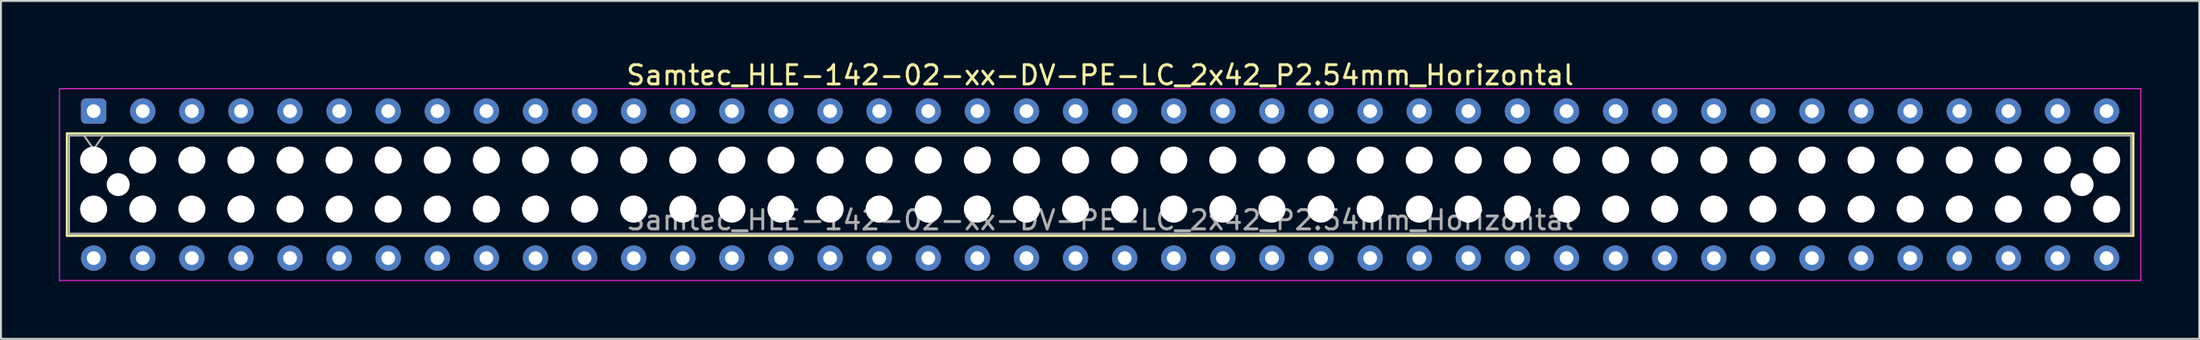
<source format=kicad_pcb>
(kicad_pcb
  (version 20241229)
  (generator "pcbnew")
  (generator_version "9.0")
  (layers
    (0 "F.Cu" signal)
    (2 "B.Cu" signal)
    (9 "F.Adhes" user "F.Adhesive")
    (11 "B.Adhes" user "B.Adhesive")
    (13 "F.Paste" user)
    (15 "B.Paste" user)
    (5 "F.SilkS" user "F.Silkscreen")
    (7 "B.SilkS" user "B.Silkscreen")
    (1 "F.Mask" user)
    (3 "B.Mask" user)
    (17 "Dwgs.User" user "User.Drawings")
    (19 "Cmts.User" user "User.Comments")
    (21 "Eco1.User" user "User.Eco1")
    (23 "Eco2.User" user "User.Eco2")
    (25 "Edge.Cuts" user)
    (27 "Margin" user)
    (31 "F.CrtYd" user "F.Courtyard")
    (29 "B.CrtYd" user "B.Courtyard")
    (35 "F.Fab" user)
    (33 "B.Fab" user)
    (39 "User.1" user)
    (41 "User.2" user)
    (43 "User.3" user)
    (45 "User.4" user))
  (footprint "Samtec_HLE-142-02-xx-DV-PE-LC_2x42_P2.54mm_Horizontal"
    (layer "F.Cu")
    (at 1.795 2.708)
    (property "Reference" "Samtec_HLE-142-02-xx-DV-PE-LC_2x42_P2.54mm_Horizontal" (at 52.07 -1.86 0) (layer "F.SilkS") (effects (font (size 1 1) (thickness 0.15))))
    (attr through_hole)
    (fp_line (start -1.38 1.16) (end 105.52 1.16) (stroke (width 0.12) (type solid)) (layer "F.SilkS"))
    (fp_line (start -1.38 6.46) (end -1.38 1.16) (stroke (width 0.12) (type solid)) (layer "F.SilkS"))
    (fp_line (start 105.52 1.16) (end 105.52 6.46) (stroke (width 0.12) (type solid)) (layer "F.SilkS"))
    (fp_line (start 105.52 6.46) (end -1.38 6.46) (stroke (width 0.12) (type solid)) (layer "F.SilkS"))
    (fp_line (start -1.77 -1.16) (end 105.91 -1.16) (stroke (width 0.05) (type solid)) (layer "F.CrtYd"))
    (fp_line (start -1.77 8.78) (end -1.77 -1.16) (stroke (width 0.05) (type solid)) (layer "F.CrtYd"))
    (fp_line (start 105.91 -1.16) (end 105.91 8.78) (stroke (width 0.05) (type solid)) (layer "F.CrtYd"))
    (fp_line (start 105.91 8.78) (end -1.77 8.78) (stroke (width 0.05) (type solid)) (layer "F.CrtYd"))
    (fp_line (start -1.27 1.27) (end 105.41 1.27) (stroke (width 0.1) (type solid)) (layer "F.Fab"))
    (fp_line (start -1.27 6.35) (end -1.27 1.27) (stroke (width 0.1) (type solid)) (layer "F.Fab"))
    (fp_line (start -0.5 1.27) (end 0 1.977) (stroke (width 0.1) (type solid)) (layer "F.Fab"))
    (fp_line (start 0 1.977) (end 0.5 1.27) (stroke (width 0.1) (type solid)) (layer "F.Fab"))
    (fp_line (start 105.41 1.27) (end 105.41 6.35) (stroke (width 0.1) (type solid)) (layer "F.Fab"))
    (fp_line (start 105.41 6.35) (end -1.27 6.35) (stroke (width 0.1) (type solid)) (layer "F.Fab"))
    (fp_text user "${REFERENCE}" (at 52.07 5.65 0) (layer "F.Fab") (effects (font (size 1 1) (thickness 0.15))))
    (pad "" np_thru_hole circle (at 0 2.54) (size 1.4 1.4) (drill 1.4) (layers "*.Cu" "*.Mask"))
    (pad "" np_thru_hole circle (at 0 5.08) (size 1.4 1.4) (drill 1.4) (layers "*.Cu" "*.Mask"))
    (pad "" np_thru_hole circle (at 1.27 3.81) (size 1.19 1.19) (drill 1.19) (layers "*.Cu" "*.Mask"))
    (pad "" np_thru_hole circle (at 2.54 2.54) (size 1.4 1.4) (drill 1.4) (layers "*.Cu" "*.Mask"))
    (pad "" np_thru_hole circle (at 2.54 5.08) (size 1.4 1.4) (drill 1.4) (layers "*.Cu" "*.Mask"))
    (pad "" np_thru_hole circle (at 5.08 2.54) (size 1.4 1.4) (drill 1.4) (layers "*.Cu" "*.Mask"))
    (pad "" np_thru_hole circle (at 5.08 5.08) (size 1.4 1.4) (drill 1.4) (layers "*.Cu" "*.Mask"))
    (pad "" np_thru_hole circle (at 7.62 2.54) (size 1.4 1.4) (drill 1.4) (layers "*.Cu" "*.Mask"))
    (pad "" np_thru_hole circle (at 7.62 5.08) (size 1.4 1.4) (drill 1.4) (layers "*.Cu" "*.Mask"))
    (pad "" np_thru_hole circle (at 10.16 2.54) (size 1.4 1.4) (drill 1.4) (layers "*.Cu" "*.Mask"))
    (pad "" np_thru_hole circle (at 10.16 5.08) (size 1.4 1.4) (drill 1.4) (layers "*.Cu" "*.Mask"))
    (pad "" np_thru_hole circle (at 12.7 2.54) (size 1.4 1.4) (drill 1.4) (layers "*.Cu" "*.Mask"))
    (pad "" np_thru_hole circle (at 12.7 5.08) (size 1.4 1.4) (drill 1.4) (layers "*.Cu" "*.Mask"))
    (pad "" np_thru_hole circle (at 15.24 2.54) (size 1.4 1.4) (drill 1.4) (layers "*.Cu" "*.Mask"))
    (pad "" np_thru_hole circle (at 15.24 5.08) (size 1.4 1.4) (drill 1.4) (layers "*.Cu" "*.Mask"))
    (pad "" np_thru_hole circle (at 17.78 2.54) (size 1.4 1.4) (drill 1.4) (layers "*.Cu" "*.Mask"))
    (pad "" np_thru_hole circle (at 17.78 5.08) (size 1.4 1.4) (drill 1.4) (layers "*.Cu" "*.Mask"))
    (pad "" np_thru_hole circle (at 20.32 2.54) (size 1.4 1.4) (drill 1.4) (layers "*.Cu" "*.Mask"))
    (pad "" np_thru_hole circle (at 20.32 5.08) (size 1.4 1.4) (drill 1.4) (layers "*.Cu" "*.Mask"))
    (pad "" np_thru_hole circle (at 22.86 2.54) (size 1.4 1.4) (drill 1.4) (layers "*.Cu" "*.Mask"))
    (pad "" np_thru_hole circle (at 22.86 5.08) (size 1.4 1.4) (drill 1.4) (layers "*.Cu" "*.Mask"))
    (pad "" np_thru_hole circle (at 25.4 2.54) (size 1.4 1.4) (drill 1.4) (layers "*.Cu" "*.Mask"))
    (pad "" np_thru_hole circle (at 25.4 5.08) (size 1.4 1.4) (drill 1.4) (layers "*.Cu" "*.Mask"))
    (pad "" np_thru_hole circle (at 27.94 2.54) (size 1.4 1.4) (drill 1.4) (layers "*.Cu" "*.Mask"))
    (pad "" np_thru_hole circle (at 27.94 5.08) (size 1.4 1.4) (drill 1.4) (layers "*.Cu" "*.Mask"))
    (pad "" np_thru_hole circle (at 30.48 2.54) (size 1.4 1.4) (drill 1.4) (layers "*.Cu" "*.Mask"))
    (pad "" np_thru_hole circle (at 30.48 5.08) (size 1.4 1.4) (drill 1.4) (layers "*.Cu" "*.Mask"))
    (pad "" np_thru_hole circle (at 33.02 2.54) (size 1.4 1.4) (drill 1.4) (layers "*.Cu" "*.Mask"))
    (pad "" np_thru_hole circle (at 33.02 5.08) (size 1.4 1.4) (drill 1.4) (layers "*.Cu" "*.Mask"))
    (pad "" np_thru_hole circle (at 35.56 2.54) (size 1.4 1.4) (drill 1.4) (layers "*.Cu" "*.Mask"))
    (pad "" np_thru_hole circle (at 35.56 5.08) (size 1.4 1.4) (drill 1.4) (layers "*.Cu" "*.Mask"))
    (pad "" np_thru_hole circle (at 38.1 2.54) (size 1.4 1.4) (drill 1.4) (layers "*.Cu" "*.Mask"))
    (pad "" np_thru_hole circle (at 38.1 5.08) (size 1.4 1.4) (drill 1.4) (layers "*.Cu" "*.Mask"))
    (pad "" np_thru_hole circle (at 40.64 2.54) (size 1.4 1.4) (drill 1.4) (layers "*.Cu" "*.Mask"))
    (pad "" np_thru_hole circle (at 40.64 5.08) (size 1.4 1.4) (drill 1.4) (layers "*.Cu" "*.Mask"))
    (pad "" np_thru_hole circle (at 43.18 2.54) (size 1.4 1.4) (drill 1.4) (layers "*.Cu" "*.Mask"))
    (pad "" np_thru_hole circle (at 43.18 5.08) (size 1.4 1.4) (drill 1.4) (layers "*.Cu" "*.Mask"))
    (pad "" np_thru_hole circle (at 45.72 2.54) (size 1.4 1.4) (drill 1.4) (layers "*.Cu" "*.Mask"))
    (pad "" np_thru_hole circle (at 45.72 5.08) (size 1.4 1.4) (drill 1.4) (layers "*.Cu" "*.Mask"))
    (pad "" np_thru_hole circle (at 48.26 2.54) (size 1.4 1.4) (drill 1.4) (layers "*.Cu" "*.Mask"))
    (pad "" np_thru_hole circle (at 48.26 5.08) (size 1.4 1.4) (drill 1.4) (layers "*.Cu" "*.Mask"))
    (pad "" np_thru_hole circle (at 50.8 2.54) (size 1.4 1.4) (drill 1.4) (layers "*.Cu" "*.Mask"))
    (pad "" np_thru_hole circle (at 50.8 5.08) (size 1.4 1.4) (drill 1.4) (layers "*.Cu" "*.Mask"))
    (pad "" np_thru_hole circle (at 53.34 2.54) (size 1.4 1.4) (drill 1.4) (layers "*.Cu" "*.Mask"))
    (pad "" np_thru_hole circle (at 53.34 5.08) (size 1.4 1.4) (drill 1.4) (layers "*.Cu" "*.Mask"))
    (pad "" np_thru_hole circle (at 55.88 2.54) (size 1.4 1.4) (drill 1.4) (layers "*.Cu" "*.Mask"))
    (pad "" np_thru_hole circle (at 55.88 5.08) (size 1.4 1.4) (drill 1.4) (layers "*.Cu" "*.Mask"))
    (pad "" np_thru_hole circle (at 58.42 2.54) (size 1.4 1.4) (drill 1.4) (layers "*.Cu" "*.Mask"))
    (pad "" np_thru_hole circle (at 58.42 5.08) (size 1.4 1.4) (drill 1.4) (layers "*.Cu" "*.Mask"))
    (pad "" np_thru_hole circle (at 60.96 2.54) (size 1.4 1.4) (drill 1.4) (layers "*.Cu" "*.Mask"))
    (pad "" np_thru_hole circle (at 60.96 5.08) (size 1.4 1.4) (drill 1.4) (layers "*.Cu" "*.Mask"))
    (pad "" np_thru_hole circle (at 63.5 2.54) (size 1.4 1.4) (drill 1.4) (layers "*.Cu" "*.Mask"))
    (pad "" np_thru_hole circle (at 63.5 5.08) (size 1.4 1.4) (drill 1.4) (layers "*.Cu" "*.Mask"))
    (pad "" np_thru_hole circle (at 66.04 2.54) (size 1.4 1.4) (drill 1.4) (layers "*.Cu" "*.Mask"))
    (pad "" np_thru_hole circle (at 66.04 5.08) (size 1.4 1.4) (drill 1.4) (layers "*.Cu" "*.Mask"))
    (pad "" np_thru_hole circle (at 68.58 2.54) (size 1.4 1.4) (drill 1.4) (layers "*.Cu" "*.Mask"))
    (pad "" np_thru_hole circle (at 68.58 5.08) (size 1.4 1.4) (drill 1.4) (layers "*.Cu" "*.Mask"))
    (pad "" np_thru_hole circle (at 71.12 2.54) (size 1.4 1.4) (drill 1.4) (layers "*.Cu" "*.Mask"))
    (pad "" np_thru_hole circle (at 71.12 5.08) (size 1.4 1.4) (drill 1.4) (layers "*.Cu" "*.Mask"))
    (pad "" np_thru_hole circle (at 73.66 2.54) (size 1.4 1.4) (drill 1.4) (layers "*.Cu" "*.Mask"))
    (pad "" np_thru_hole circle (at 73.66 5.08) (size 1.4 1.4) (drill 1.4) (layers "*.Cu" "*.Mask"))
    (pad "" np_thru_hole circle (at 76.2 2.54) (size 1.4 1.4) (drill 1.4) (layers "*.Cu" "*.Mask"))
    (pad "" np_thru_hole circle (at 76.2 5.08) (size 1.4 1.4) (drill 1.4) (layers "*.Cu" "*.Mask"))
    (pad "" np_thru_hole circle (at 78.74 2.54) (size 1.4 1.4) (drill 1.4) (layers "*.Cu" "*.Mask"))
    (pad "" np_thru_hole circle (at 78.74 5.08) (size 1.4 1.4) (drill 1.4) (layers "*.Cu" "*.Mask"))
    (pad "" np_thru_hole circle (at 81.28 2.54) (size 1.4 1.4) (drill 1.4) (layers "*.Cu" "*.Mask"))
    (pad "" np_thru_hole circle (at 81.28 5.08) (size 1.4 1.4) (drill 1.4) (layers "*.Cu" "*.Mask"))
    (pad "" np_thru_hole circle (at 83.82 2.54) (size 1.4 1.4) (drill 1.4) (layers "*.Cu" "*.Mask"))
    (pad "" np_thru_hole circle (at 83.82 5.08) (size 1.4 1.4) (drill 1.4) (layers "*.Cu" "*.Mask"))
    (pad "" np_thru_hole circle (at 86.36 2.54) (size 1.4 1.4) (drill 1.4) (layers "*.Cu" "*.Mask"))
    (pad "" np_thru_hole circle (at 86.36 5.08) (size 1.4 1.4) (drill 1.4) (layers "*.Cu" "*.Mask"))
    (pad "" np_thru_hole circle (at 88.9 2.54) (size 1.4 1.4) (drill 1.4) (layers "*.Cu" "*.Mask"))
    (pad "" np_thru_hole circle (at 88.9 5.08) (size 1.4 1.4) (drill 1.4) (layers "*.Cu" "*.Mask"))
    (pad "" np_thru_hole circle (at 91.44 2.54) (size 1.4 1.4) (drill 1.4) (layers "*.Cu" "*.Mask"))
    (pad "" np_thru_hole circle (at 91.44 5.08) (size 1.4 1.4) (drill 1.4) (layers "*.Cu" "*.Mask"))
    (pad "" np_thru_hole circle (at 93.98 2.54) (size 1.4 1.4) (drill 1.4) (layers "*.Cu" "*.Mask"))
    (pad "" np_thru_hole circle (at 93.98 5.08) (size 1.4 1.4) (drill 1.4) (layers "*.Cu" "*.Mask"))
    (pad "" np_thru_hole circle (at 96.52 2.54) (size 1.4 1.4) (drill 1.4) (layers "*.Cu" "*.Mask"))
    (pad "" np_thru_hole circle (at 96.52 5.08) (size 1.4 1.4) (drill 1.4) (layers "*.Cu" "*.Mask"))
    (pad "" np_thru_hole circle (at 99.06 2.54) (size 1.4 1.4) (drill 1.4) (layers "*.Cu" "*.Mask"))
    (pad "" np_thru_hole circle (at 99.06 5.08) (size 1.4 1.4) (drill 1.4) (layers "*.Cu" "*.Mask"))
    (pad "" np_thru_hole circle (at 101.6 2.54) (size 1.4 1.4) (drill 1.4) (layers "*.Cu" "*.Mask"))
    (pad "" np_thru_hole circle (at 101.6 5.08) (size 1.4 1.4) (drill 1.4) (layers "*.Cu" "*.Mask"))
    (pad "" np_thru_hole circle (at 102.87 3.81) (size 1.19 1.19) (drill 1.19) (layers "*.Cu" "*.Mask"))
    (pad "" np_thru_hole circle (at 104.14 2.54) (size 1.4 1.4) (drill 1.4) (layers "*.Cu" "*.Mask"))
    (pad "" np_thru_hole circle (at 104.14 5.08) (size 1.4 1.4) (drill 1.4) (layers "*.Cu" "*.Mask"))
    (pad "1" thru_hole roundrect (at 0 0) (size 1.31 1.31) (drill 0.71) (layers "*.Cu" "*.Mask") (roundrect_rratio 0.191))
    (pad "2" thru_hole circle (at 0 7.62) (size 1.31 1.31) (drill 0.71) (layers "*.Cu" "*.Mask"))
    (pad "3" thru_hole circle (at 2.54 0) (size 1.31 1.31) (drill 0.71) (layers "*.Cu" "*.Mask"))
    (pad "4" thru_hole circle (at 2.54 7.62) (size 1.31 1.31) (drill 0.71) (layers "*.Cu" "*.Mask"))
    (pad "5" thru_hole circle (at 5.08 0) (size 1.31 1.31) (drill 0.71) (layers "*.Cu" "*.Mask"))
    (pad "6" thru_hole circle (at 5.08 7.62) (size 1.31 1.31) (drill 0.71) (layers "*.Cu" "*.Mask"))
    (pad "7" thru_hole circle (at 7.62 0) (size 1.31 1.31) (drill 0.71) (layers "*.Cu" "*.Mask"))
    (pad "8" thru_hole circle (at 7.62 7.62) (size 1.31 1.31) (drill 0.71) (layers "*.Cu" "*.Mask"))
    (pad "9" thru_hole circle (at 10.16 0) (size 1.31 1.31) (drill 0.71) (layers "*.Cu" "*.Mask"))
    (pad "10" thru_hole circle (at 10.16 7.62) (size 1.31 1.31) (drill 0.71) (layers "*.Cu" "*.Mask"))
    (pad "11" thru_hole circle (at 12.7 0) (size 1.31 1.31) (drill 0.71) (layers "*.Cu" "*.Mask"))
    (pad "12" thru_hole circle (at 12.7 7.62) (size 1.31 1.31) (drill 0.71) (layers "*.Cu" "*.Mask"))
    (pad "13" thru_hole circle (at 15.24 0) (size 1.31 1.31) (drill 0.71) (layers "*.Cu" "*.Mask"))
    (pad "14" thru_hole circle (at 15.24 7.62) (size 1.31 1.31) (drill 0.71) (layers "*.Cu" "*.Mask"))
    (pad "15" thru_hole circle (at 17.78 0) (size 1.31 1.31) (drill 0.71) (layers "*.Cu" "*.Mask"))
    (pad "16" thru_hole circle (at 17.78 7.62) (size 1.31 1.31) (drill 0.71) (layers "*.Cu" "*.Mask"))
    (pad "17" thru_hole circle (at 20.32 0) (size 1.31 1.31) (drill 0.71) (layers "*.Cu" "*.Mask"))
    (pad "18" thru_hole circle (at 20.32 7.62) (size 1.31 1.31) (drill 0.71) (layers "*.Cu" "*.Mask"))
    (pad "19" thru_hole circle (at 22.86 0) (size 1.31 1.31) (drill 0.71) (layers "*.Cu" "*.Mask"))
    (pad "20" thru_hole circle (at 22.86 7.62) (size 1.31 1.31) (drill 0.71) (layers "*.Cu" "*.Mask"))
    (pad "21" thru_hole circle (at 25.4 0) (size 1.31 1.31) (drill 0.71) (layers "*.Cu" "*.Mask"))
    (pad "22" thru_hole circle (at 25.4 7.62) (size 1.31 1.31) (drill 0.71) (layers "*.Cu" "*.Mask"))
    (pad "23" thru_hole circle (at 27.94 0) (size 1.31 1.31) (drill 0.71) (layers "*.Cu" "*.Mask"))
    (pad "24" thru_hole circle (at 27.94 7.62) (size 1.31 1.31) (drill 0.71) (layers "*.Cu" "*.Mask"))
    (pad "25" thru_hole circle (at 30.48 0) (size 1.31 1.31) (drill 0.71) (layers "*.Cu" "*.Mask"))
    (pad "26" thru_hole circle (at 30.48 7.62) (size 1.31 1.31) (drill 0.71) (layers "*.Cu" "*.Mask"))
    (pad "27" thru_hole circle (at 33.02 0) (size 1.31 1.31) (drill 0.71) (layers "*.Cu" "*.Mask"))
    (pad "28" thru_hole circle (at 33.02 7.62) (size 1.31 1.31) (drill 0.71) (layers "*.Cu" "*.Mask"))
    (pad "29" thru_hole circle (at 35.56 0) (size 1.31 1.31) (drill 0.71) (layers "*.Cu" "*.Mask"))
    (pad "30" thru_hole circle (at 35.56 7.62) (size 1.31 1.31) (drill 0.71) (layers "*.Cu" "*.Mask"))
    (pad "31" thru_hole circle (at 38.1 0) (size 1.31 1.31) (drill 0.71) (layers "*.Cu" "*.Mask"))
    (pad "32" thru_hole circle (at 38.1 7.62) (size 1.31 1.31) (drill 0.71) (layers "*.Cu" "*.Mask"))
    (pad "33" thru_hole circle (at 40.64 0) (size 1.31 1.31) (drill 0.71) (layers "*.Cu" "*.Mask"))
    (pad "34" thru_hole circle (at 40.64 7.62) (size 1.31 1.31) (drill 0.71) (layers "*.Cu" "*.Mask"))
    (pad "35" thru_hole circle (at 43.18 0) (size 1.31 1.31) (drill 0.71) (layers "*.Cu" "*.Mask"))
    (pad "36" thru_hole circle (at 43.18 7.62) (size 1.31 1.31) (drill 0.71) (layers "*.Cu" "*.Mask"))
    (pad "37" thru_hole circle (at 45.72 0) (size 1.31 1.31) (drill 0.71) (layers "*.Cu" "*.Mask"))
    (pad "38" thru_hole circle (at 45.72 7.62) (size 1.31 1.31) (drill 0.71) (layers "*.Cu" "*.Mask"))
    (pad "39" thru_hole circle (at 48.26 0) (size 1.31 1.31) (drill 0.71) (layers "*.Cu" "*.Mask"))
    (pad "40" thru_hole circle (at 48.26 7.62) (size 1.31 1.31) (drill 0.71) (layers "*.Cu" "*.Mask"))
    (pad "41" thru_hole circle (at 50.8 0) (size 1.31 1.31) (drill 0.71) (layers "*.Cu" "*.Mask"))
    (pad "42" thru_hole circle (at 50.8 7.62) (size 1.31 1.31) (drill 0.71) (layers "*.Cu" "*.Mask"))
    (pad "43" thru_hole circle (at 53.34 0) (size 1.31 1.31) (drill 0.71) (layers "*.Cu" "*.Mask"))
    (pad "44" thru_hole circle (at 53.34 7.62) (size 1.31 1.31) (drill 0.71) (layers "*.Cu" "*.Mask"))
    (pad "45" thru_hole circle (at 55.88 0) (size 1.31 1.31) (drill 0.71) (layers "*.Cu" "*.Mask"))
    (pad "46" thru_hole circle (at 55.88 7.62) (size 1.31 1.31) (drill 0.71) (layers "*.Cu" "*.Mask"))
    (pad "47" thru_hole circle (at 58.42 0) (size 1.31 1.31) (drill 0.71) (layers "*.Cu" "*.Mask"))
    (pad "48" thru_hole circle (at 58.42 7.62) (size 1.31 1.31) (drill 0.71) (layers "*.Cu" "*.Mask"))
    (pad "49" thru_hole circle (at 60.96 0) (size 1.31 1.31) (drill 0.71) (layers "*.Cu" "*.Mask"))
    (pad "50" thru_hole circle (at 60.96 7.62) (size 1.31 1.31) (drill 0.71) (layers "*.Cu" "*.Mask"))
    (pad "51" thru_hole circle (at 63.5 0) (size 1.31 1.31) (drill 0.71) (layers "*.Cu" "*.Mask"))
    (pad "52" thru_hole circle (at 63.5 7.62) (size 1.31 1.31) (drill 0.71) (layers "*.Cu" "*.Mask"))
    (pad "53" thru_hole circle (at 66.04 0) (size 1.31 1.31) (drill 0.71) (layers "*.Cu" "*.Mask"))
    (pad "54" thru_hole circle (at 66.04 7.62) (size 1.31 1.31) (drill 0.71) (layers "*.Cu" "*.Mask"))
    (pad "55" thru_hole circle (at 68.58 0) (size 1.31 1.31) (drill 0.71) (layers "*.Cu" "*.Mask"))
    (pad "56" thru_hole circle (at 68.58 7.62) (size 1.31 1.31) (drill 0.71) (layers "*.Cu" "*.Mask"))
    (pad "57" thru_hole circle (at 71.12 0) (size 1.31 1.31) (drill 0.71) (layers "*.Cu" "*.Mask"))
    (pad "58" thru_hole circle (at 71.12 7.62) (size 1.31 1.31) (drill 0.71) (layers "*.Cu" "*.Mask"))
    (pad "59" thru_hole circle (at 73.66 0) (size 1.31 1.31) (drill 0.71) (layers "*.Cu" "*.Mask"))
    (pad "60" thru_hole circle (at 73.66 7.62) (size 1.31 1.31) (drill 0.71) (layers "*.Cu" "*.Mask"))
    (pad "61" thru_hole circle (at 76.2 0) (size 1.31 1.31) (drill 0.71) (layers "*.Cu" "*.Mask"))
    (pad "62" thru_hole circle (at 76.2 7.62) (size 1.31 1.31) (drill 0.71) (layers "*.Cu" "*.Mask"))
    (pad "63" thru_hole circle (at 78.74 0) (size 1.31 1.31) (drill 0.71) (layers "*.Cu" "*.Mask"))
    (pad "64" thru_hole circle (at 78.74 7.62) (size 1.31 1.31) (drill 0.71) (layers "*.Cu" "*.Mask"))
    (pad "65" thru_hole circle (at 81.28 0) (size 1.31 1.31) (drill 0.71) (layers "*.Cu" "*.Mask"))
    (pad "66" thru_hole circle (at 81.28 7.62) (size 1.31 1.31) (drill 0.71) (layers "*.Cu" "*.Mask"))
    (pad "67" thru_hole circle (at 83.82 0) (size 1.31 1.31) (drill 0.71) (layers "*.Cu" "*.Mask"))
    (pad "68" thru_hole circle (at 83.82 7.62) (size 1.31 1.31) (drill 0.71) (layers "*.Cu" "*.Mask"))
    (pad "69" thru_hole circle (at 86.36 0) (size 1.31 1.31) (drill 0.71) (layers "*.Cu" "*.Mask"))
    (pad "70" thru_hole circle (at 86.36 7.62) (size 1.31 1.31) (drill 0.71) (layers "*.Cu" "*.Mask"))
    (pad "71" thru_hole circle (at 88.9 0) (size 1.31 1.31) (drill 0.71) (layers "*.Cu" "*.Mask"))
    (pad "72" thru_hole circle (at 88.9 7.62) (size 1.31 1.31) (drill 0.71) (layers "*.Cu" "*.Mask"))
    (pad "73" thru_hole circle (at 91.44 0) (size 1.31 1.31) (drill 0.71) (layers "*.Cu" "*.Mask"))
    (pad "74" thru_hole circle (at 91.44 7.62) (size 1.31 1.31) (drill 0.71) (layers "*.Cu" "*.Mask"))
    (pad "75" thru_hole circle (at 93.98 0) (size 1.31 1.31) (drill 0.71) (layers "*.Cu" "*.Mask"))
    (pad "76" thru_hole circle (at 93.98 7.62) (size 1.31 1.31) (drill 0.71) (layers "*.Cu" "*.Mask"))
    (pad "77" thru_hole circle (at 96.52 0) (size 1.31 1.31) (drill 0.71) (layers "*.Cu" "*.Mask"))
    (pad "78" thru_hole circle (at 96.52 7.62) (size 1.31 1.31) (drill 0.71) (layers "*.Cu" "*.Mask"))
    (pad "79" thru_hole circle (at 99.06 0) (size 1.31 1.31) (drill 0.71) (layers "*.Cu" "*.Mask"))
    (pad "80" thru_hole circle (at 99.06 7.62) (size 1.31 1.31) (drill 0.71) (layers "*.Cu" "*.Mask"))
    (pad "81" thru_hole circle (at 101.6 0) (size 1.31 1.31) (drill 0.71) (layers "*.Cu" "*.Mask"))
    (pad "82" thru_hole circle (at 101.6 7.62) (size 1.31 1.31) (drill 0.71) (layers "*.Cu" "*.Mask"))
    (pad "83" thru_hole circle (at 104.14 0) (size 1.31 1.31) (drill 0.71) (layers "*.Cu" "*.Mask"))
    (pad "84" thru_hole circle (at 104.14 7.62) (size 1.31 1.31) (drill 0.71) (layers "*.Cu" "*.Mask")))
  (gr_rect
    (start -3 -3)
    (end 110.73 14.513)
    (stroke (width 0.1) (type default))
    (fill no)
    (layer "Edge.Cuts")))
</source>
